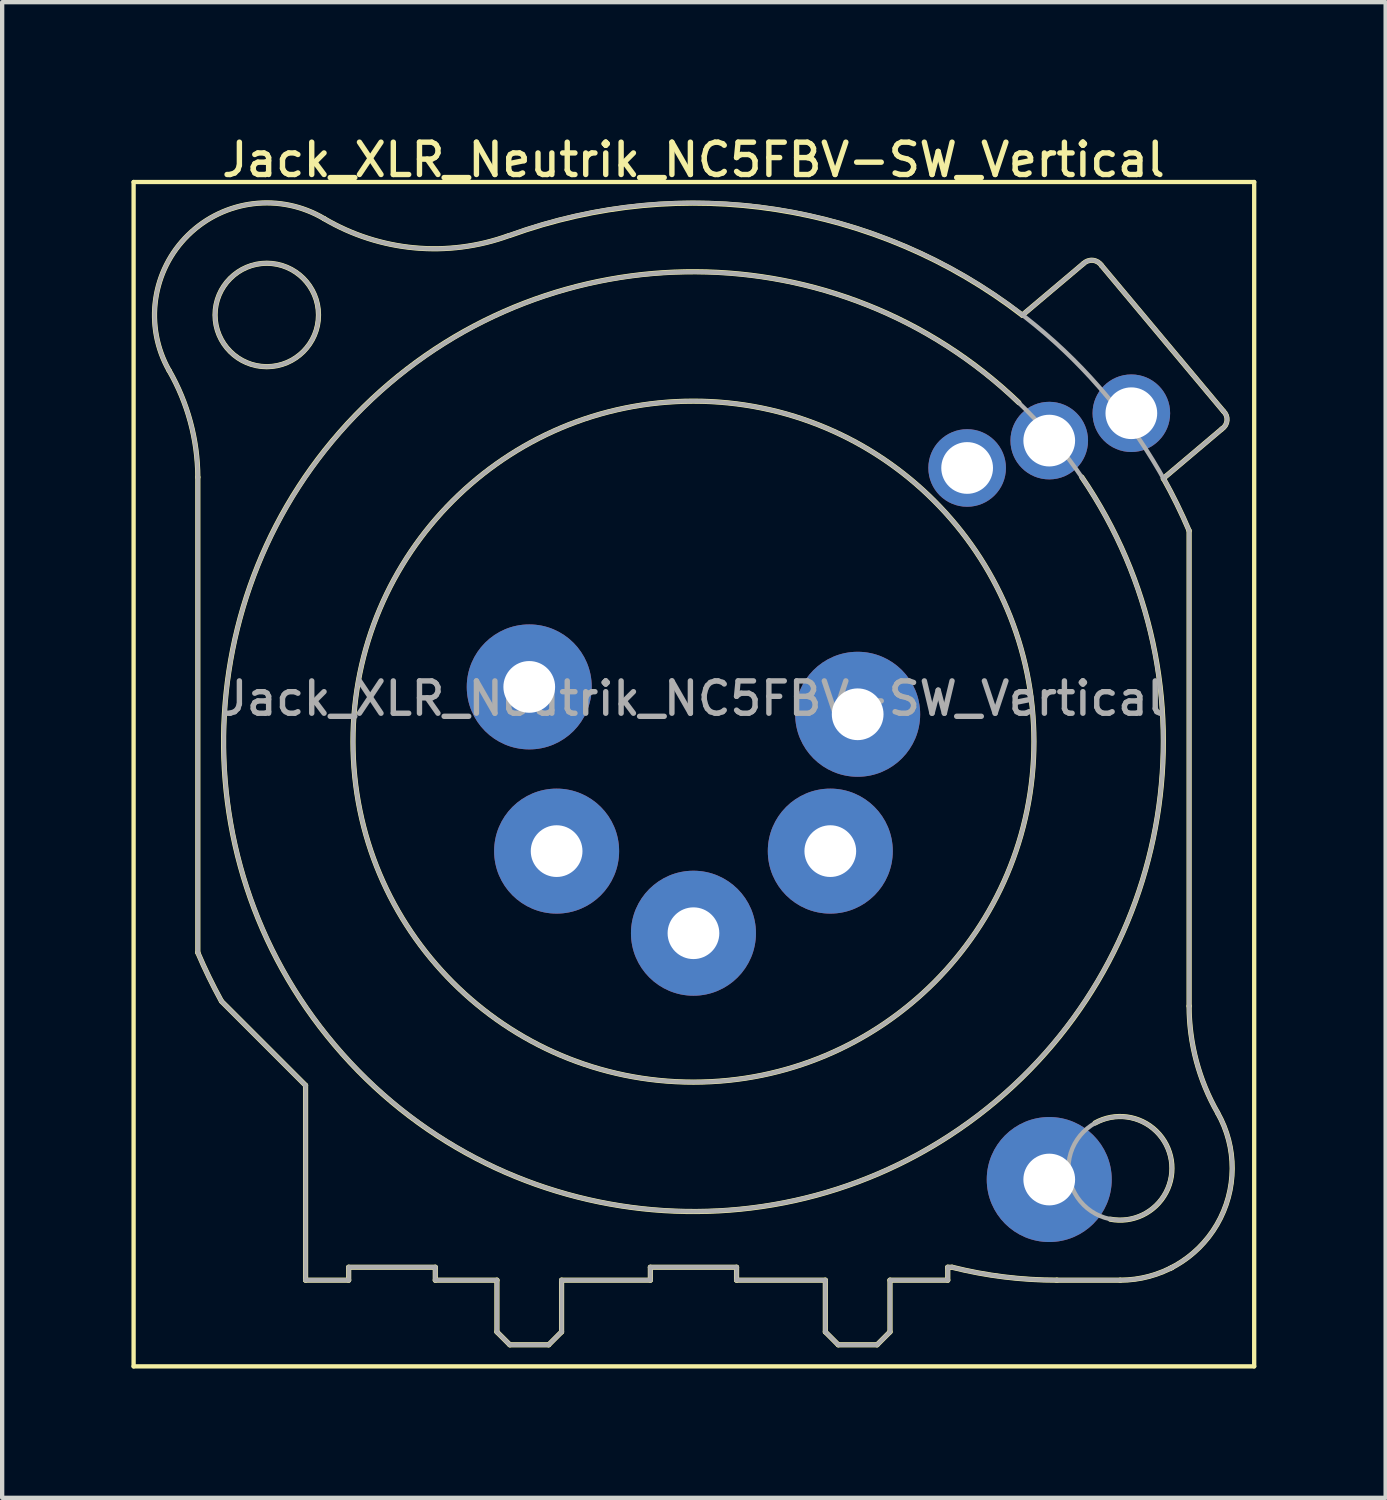
<source format=kicad_pcb>
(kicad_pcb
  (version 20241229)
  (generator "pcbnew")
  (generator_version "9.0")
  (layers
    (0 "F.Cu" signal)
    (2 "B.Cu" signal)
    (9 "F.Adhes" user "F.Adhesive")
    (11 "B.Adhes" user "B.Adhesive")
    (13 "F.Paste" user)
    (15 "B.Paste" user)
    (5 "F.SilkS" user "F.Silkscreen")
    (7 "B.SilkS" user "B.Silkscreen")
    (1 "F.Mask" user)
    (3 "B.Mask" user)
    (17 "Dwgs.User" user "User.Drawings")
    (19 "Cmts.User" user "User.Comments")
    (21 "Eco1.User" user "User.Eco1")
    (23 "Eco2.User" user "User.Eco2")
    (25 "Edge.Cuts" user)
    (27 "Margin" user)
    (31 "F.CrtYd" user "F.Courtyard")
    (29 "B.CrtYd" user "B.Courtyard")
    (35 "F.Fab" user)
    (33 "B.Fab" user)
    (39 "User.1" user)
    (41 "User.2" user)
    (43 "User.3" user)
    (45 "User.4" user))
  (footprint "Jack_XLR_Neutrik_NC5FBV-SW_Vertical"
    (layer "F.Cu")
    (at 16.85 13.523)
    (property "Reference" "Jack_XLR_Neutrik_NC5FBV-SW_Vertical" (at -3.81 -12.865 0) (layer "F.SilkS") (effects (font (size 0.75 0.75) (thickness 0.125))))
    (attr through_hole)
    (fp_line (start -16.8 -12.35) (end 9.2 -12.35) (stroke (width 0.1) (type solid)) (layer "F.SilkS"))
    (fp_line (start -16.8 15.13) (end -16.8 -12.35) (stroke (width 0.1) (type solid)) (layer "F.SilkS"))
    (fp_line (start -15.31 -5.5) (end -15.31 5.53) (stroke (width 0.12) (type solid)) (layer "F.SilkS"))
    (fp_line (start -14.76 6.66) (end -12.81 8.61) (stroke (width 0.12) (type solid)) (layer "F.SilkS"))
    (fp_line (start -12.81 8.61) (end -12.81 13.13) (stroke (width 0.12) (type solid)) (layer "F.SilkS"))
    (fp_line (start -11.81 12.83) (end -11.81 13.13) (stroke (width 0.12) (type solid)) (layer "F.SilkS"))
    (fp_line (start -11.81 13.13) (end -12.81 13.13) (stroke (width 0.12) (type solid)) (layer "F.SilkS"))
    (fp_line (start -9.8 12.83) (end -11.81 12.83) (stroke (width 0.12) (type solid)) (layer "F.SilkS"))
    (fp_line (start -9.8 12.83) (end -9.8 13.13) (stroke (width 0.12) (type solid)) (layer "F.SilkS"))
    (fp_line (start -8.37 13.13) (end -9.8 13.13) (stroke (width 0.12) (type solid)) (layer "F.SilkS"))
    (fp_line (start -8.37 13.13) (end -8.37 14.33) (stroke (width 0.12) (type solid)) (layer "F.SilkS"))
    (fp_line (start -8.37 14.33) (end -8.07 14.63) (stroke (width 0.12) (type solid)) (layer "F.SilkS"))
    (fp_line (start -8.07 14.63) (end -7.17 14.63) (stroke (width 0.12) (type solid)) (layer "F.SilkS"))
    (fp_line (start -6.87 13.13) (end -6.87 14.33) (stroke (width 0.12) (type solid)) (layer "F.SilkS"))
    (fp_line (start -6.87 14.33) (end -7.17 14.63) (stroke (width 0.12) (type solid)) (layer "F.SilkS"))
    (fp_line (start -4.81 12.83) (end -4.81 13.13) (stroke (width 0.12) (type solid)) (layer "F.SilkS"))
    (fp_line (start -4.81 12.83) (end -2.81 12.83) (stroke (width 0.12) (type solid)) (layer "F.SilkS"))
    (fp_line (start -4.81 13.13) (end -6.87 13.13) (stroke (width 0.12) (type solid)) (layer "F.SilkS"))
    (fp_line (start -2.81 12.83) (end -2.81 13.13) (stroke (width 0.12) (type solid)) (layer "F.SilkS"))
    (fp_line (start -0.75 13.13) (end -2.81 13.13) (stroke (width 0.12) (type solid)) (layer "F.SilkS"))
    (fp_line (start -0.75 13.13) (end -0.75 14.33) (stroke (width 0.12) (type solid)) (layer "F.SilkS"))
    (fp_line (start -0.75 14.33) (end -0.45 14.63) (stroke (width 0.12) (type solid)) (layer "F.SilkS"))
    (fp_line (start -0.45 14.63) (end 0.45 14.63) (stroke (width 0.12) (type solid)) (layer "F.SilkS"))
    (fp_line (start 0.75 13.13) (end 0.75 14.33) (stroke (width 0.12) (type solid)) (layer "F.SilkS"))
    (fp_line (start 0.75 14.33) (end 0.45 14.63) (stroke (width 0.12) (type solid)) (layer "F.SilkS"))
    (fp_line (start 2.09 12.83) (end 2.09 13.13) (stroke (width 0.12) (type solid)) (layer "F.SilkS"))
    (fp_line (start 2.09 12.83) (end 2.19 12.83) (stroke (width 0.12) (type solid)) (layer "F.SilkS"))
    (fp_line (start 2.09 13.13) (end 0.75 13.13) (stroke (width 0.12) (type solid)) (layer "F.SilkS"))
    (fp_line (start 3.82 -9.26) (end 5.23 -10.45) (stroke (width 0.12) (type solid)) (layer "F.SilkS"))
    (fp_line (start 6.09 13.13) (end 4.62 13.13) (stroke (width 0.12) (type solid)) (layer "F.SilkS"))
    (fp_line (start 7.69 6.77) (end 7.69 -4.26) (stroke (width 0.12) (type solid)) (layer "F.SilkS"))
    (fp_line (start 8.45 -6.62) (end 7.09 -5.47) (stroke (width 0.12) (type solid)) (layer "F.SilkS"))
    (fp_line (start 8.48 -7.04) (end 5.66 -10.41) (stroke (width 0.12) (type solid)) (layer "F.SilkS"))
    (fp_line (start 9.2 -12.35) (end 9.2 15.13) (stroke (width 0.1) (type solid)) (layer "F.SilkS"))
    (fp_line (start 9.2 15.13) (end -16.8 15.13) (stroke (width 0.1) (type solid)) (layer "F.SilkS"))
    (fp_arc (start -15.979585 -7.98114) (mid -15.531071 -11.122847) (end -12.38 -11.5) (stroke (width 0.12) (type solid)) (layer "F.SilkS"))
    (fp_arc (start -15.978065 -7.979621) (mid -15.482459 -6.783342) (end -15.31 -5.5) (stroke (width 0.12) (type solid)) (layer "F.SilkS"))
    (fp_arc (start -14.766969 6.647974) (mid -15.05239 6.095741) (end -15.31 5.53) (stroke (width 0.12) (type solid)) (layer "F.SilkS"))
    (fp_arc (start -8.091246 -11.107072) (mid -10.279718 -10.822246) (end -12.38 -11.5) (stroke (width 0.12) (type solid)) (layer "F.SilkS"))
    (fp_arc (start -8.076266 -11.109228) (mid -1.890733 -11.711835) (end 3.82 -9.26) (stroke (width 0.12) (type solid)) (layer "F.SilkS"))
    (fp_arc (start 4.626277 13.129743) (mid 3.398906 13.05491) (end 2.19 12.83) (stroke (width 0.12) (type solid)) (layer "F.SilkS"))
    (fp_arc (start 5.199539 -5.504132) (mid -12.134617 7.674992) (end 3.74 -7.23) (stroke (width 0.12) (type solid)) (layer "F.SilkS"))
    (fp_arc (start 5.235458 -10.453787) (mid 5.458172 -10.533142) (end 5.66 -10.41) (stroke (width 0.12) (type solid)) (layer "F.SilkS"))
    (fp_arc (start 5.507701 9.483226) (mid 7.277502 10.347546) (end 5.86 11.715) (stroke (width 0.12) (type solid)) (layer "F.SilkS"))
    (fp_arc (start 7.094079 -5.473362) (mid 7.408456 -4.874744) (end 7.69 -4.26) (stroke (width 0.12) (type solid)) (layer "F.SilkS"))
    (fp_arc (start 7.298541 12.835196) (mid 7.274335 12.847725) (end 7.25 12.86) (stroke (width 0.12) (type solid)) (layer "F.SilkS"))
    (fp_arc (start 8.350687 9.245751) (mid 8.337115 11.837852) (end 6.09 13.13) (stroke (width 0.12) (type solid)) (layer "F.SilkS"))
    (fp_arc (start 8.351797 9.24598) (mid 7.859562 8.051113) (end 7.69 6.77) (stroke (width 0.12) (type solid)) (layer "F.SilkS"))
    (fp_arc (start 8.486269 -7.03217) (mid 8.569764 -6.817142) (end 8.45 -6.62) (stroke (width 0.12) (type solid)) (layer "F.SilkS"))
    (fp_circle (center -13.71 -9.265) (end -12.51 -9.265) (stroke (width 0.12) (type solid)) (fill no) (layer "F.SilkS"))
    (fp_circle (center -3.81 0.635) (end 4.09 0.635) (stroke (width 0.12) (type solid)) (fill no) (layer "F.SilkS"))
    (fp_line (start -15.31 -5.5) (end -15.31 5.53) (stroke (width 0.1) (type solid)) (layer "F.Fab"))
    (fp_line (start -14.76 6.66) (end -12.81 8.61) (stroke (width 0.1) (type solid)) (layer "F.Fab"))
    (fp_line (start -12.81 8.61) (end -12.81 13.13) (stroke (width 0.1) (type solid)) (layer "F.Fab"))
    (fp_line (start -11.81 12.83) (end -11.81 13.13) (stroke (width 0.1) (type solid)) (layer "F.Fab"))
    (fp_line (start -11.81 13.13) (end -12.81 13.13) (stroke (width 0.1) (type solid)) (layer "F.Fab"))
    (fp_line (start -9.8 12.83) (end -11.81 12.83) (stroke (width 0.1) (type solid)) (layer "F.Fab"))
    (fp_line (start -9.8 12.83) (end -9.8 13.13) (stroke (width 0.1) (type solid)) (layer "F.Fab"))
    (fp_line (start -8.37 13.13) (end -9.8 13.13) (stroke (width 0.1) (type solid)) (layer "F.Fab"))
    (fp_line (start -8.37 13.13) (end -8.37 14.33) (stroke (width 0.1) (type solid)) (layer "F.Fab"))
    (fp_line (start -8.37 14.33) (end -8.07 14.63) (stroke (width 0.1) (type solid)) (layer "F.Fab"))
    (fp_line (start -8.07 14.63) (end -7.17 14.63) (stroke (width 0.1) (type solid)) (layer "F.Fab"))
    (fp_line (start -6.87 13.13) (end -6.87 14.33) (stroke (width 0.1) (type solid)) (layer "F.Fab"))
    (fp_line (start -6.87 14.33) (end -7.17 14.63) (stroke (width 0.1) (type solid)) (layer "F.Fab"))
    (fp_line (start -4.81 12.83) (end -4.81 13.13) (stroke (width 0.1) (type solid)) (layer "F.Fab"))
    (fp_line (start -4.81 12.83) (end -2.81 12.83) (stroke (width 0.1) (type solid)) (layer "F.Fab"))
    (fp_line (start -4.81 13.13) (end -6.87 13.13) (stroke (width 0.1) (type solid)) (layer "F.Fab"))
    (fp_line (start -2.81 12.83) (end -2.81 13.13) (stroke (width 0.1) (type solid)) (layer "F.Fab"))
    (fp_line (start -0.75 13.13) (end -2.81 13.13) (stroke (width 0.1) (type solid)) (layer "F.Fab"))
    (fp_line (start -0.75 13.13) (end -0.75 14.33) (stroke (width 0.1) (type solid)) (layer "F.Fab"))
    (fp_line (start -0.75 14.33) (end -0.45 14.63) (stroke (width 0.1) (type solid)) (layer "F.Fab"))
    (fp_line (start -0.45 14.63) (end 0.45 14.63) (stroke (width 0.1) (type solid)) (layer "F.Fab"))
    (fp_line (start 0.75 13.13) (end 0.75 14.33) (stroke (width 0.1) (type solid)) (layer "F.Fab"))
    (fp_line (start 0.75 14.33) (end 0.45 14.63) (stroke (width 0.1) (type solid)) (layer "F.Fab"))
    (fp_line (start 2.09 12.83) (end 2.09 13.13) (stroke (width 0.1) (type solid)) (layer "F.Fab"))
    (fp_line (start 2.09 12.83) (end 2.19 12.83) (stroke (width 0.1) (type solid)) (layer "F.Fab"))
    (fp_line (start 2.09 13.13) (end 0.75 13.13) (stroke (width 0.1) (type solid)) (layer "F.Fab"))
    (fp_line (start 3.82 -9.26) (end 5.23 -10.45) (stroke (width 0.1) (type solid)) (layer "F.Fab"))
    (fp_line (start 6.09 13.13) (end 4.62 13.13) (stroke (width 0.1) (type solid)) (layer "F.Fab"))
    (fp_line (start 7.69 6.77) (end 7.69 -4.26) (stroke (width 0.1) (type solid)) (layer "F.Fab"))
    (fp_line (start 8.45 -6.62) (end 7.09 -5.47) (stroke (width 0.1) (type solid)) (layer "F.Fab"))
    (fp_line (start 8.48 -7.04) (end 5.66 -10.41) (stroke (width 0.1) (type solid)) (layer "F.Fab"))
    (fp_arc (start -15.979585 -7.98114) (mid -15.531071 -11.122847) (end -12.38 -11.5) (stroke (width 0.1) (type solid)) (layer "F.Fab"))
    (fp_arc (start -15.978065 -7.979621) (mid -15.482459 -6.783342) (end -15.31 -5.5) (stroke (width 0.1) (type solid)) (layer "F.Fab"))
    (fp_arc (start -14.766969 6.647974) (mid -15.05239 6.095741) (end -15.31 5.53) (stroke (width 0.1) (type solid)) (layer "F.Fab"))
    (fp_arc (start -8.096428 -11.105424) (mid 1.16231 -10.831785) (end 7.69 -4.26) (stroke (width 0.1) (type solid)) (layer "F.Fab"))
    (fp_arc (start -8.091246 -11.107072) (mid -10.279718 -10.822246) (end -12.38 -11.5) (stroke (width 0.1) (type solid)) (layer "F.Fab"))
    (fp_arc (start 4.626277 13.129743) (mid 3.398906 13.05491) (end 2.19 12.83) (stroke (width 0.1) (type solid)) (layer "F.Fab"))
    (fp_arc (start 5.235458 -10.453787) (mid 5.458172 -10.533142) (end 5.66 -10.41) (stroke (width 0.1) (type solid)) (layer "F.Fab"))
    (fp_arc (start 7.298541 12.835196) (mid 7.274335 12.847725) (end 7.25 12.86) (stroke (width 0.1) (type solid)) (layer "F.Fab"))
    (fp_arc (start 8.350687 9.245751) (mid 8.337115 11.837852) (end 6.09 13.13) (stroke (width 0.1) (type solid)) (layer "F.Fab"))
    (fp_arc (start 8.351797 9.24598) (mid 7.859562 8.051113) (end 7.69 6.77) (stroke (width 0.1) (type solid)) (layer "F.Fab"))
    (fp_arc (start 8.486269 -7.03217) (mid 8.569764 -6.817142) (end 8.45 -6.62) (stroke (width 0.1) (type solid)) (layer "F.Fab"))
    (fp_circle (center -13.71 -9.265) (end -12.51 -9.265) (stroke (width 0.1) (type solid)) (fill no) (layer "F.Fab"))
    (fp_circle (center -3.81 0.635) (end 4.09 0.635) (stroke (width 0.1) (type solid)) (fill no) (layer "F.Fab"))
    (fp_circle (center -3.81 0.635) (end 7.09 0.635) (stroke (width 0.1) (type solid)) (fill no) (layer "F.Fab"))
    (fp_circle (center 6.09 10.535) (end 7.29 10.535) (stroke (width 0.1) (type solid)) (fill no) (layer "F.Fab"))
    (fp_text user "${REFERENCE}" (at -3.81 -0.365 0) (layer "F.Fab") (effects (font (size 0.75 0.75) (thickness 0.125))))
    (pad "1" thru_hole circle (at 0 0) (size 2.9 2.9) (drill 1.2) (layers "*.Cu" "*.Mask"))
    (pad "2" thru_hole circle (at -0.635 3.175) (size 2.9 2.9) (drill 1.2) (layers "*.Cu" "*.Mask"))
    (pad "3" thru_hole circle (at -3.81 5.08) (size 2.9 2.9) (drill 1.2) (layers "*.Cu" "*.Mask"))
    (pad "4" thru_hole circle (at -6.985 3.175) (size 2.9 2.9) (drill 1.2) (layers "*.Cu" "*.Mask"))
    (pad "5" thru_hole circle (at -7.62 -0.635) (size 2.9 2.9) (drill 1.2) (layers "*.Cu" "*.Mask"))
    (pad "G" thru_hole circle (at 4.445 10.795) (size 2.9 2.9) (drill 1.2) (layers "*.Cu" "*.Mask"))
    (pad "N" thru_hole circle (at 4.445 -6.35) (size 1.8 1.8) (drill 1.2) (layers "*.Cu" "*.Mask"))
    (pad "NC" thru_hole circle (at 2.54 -5.715) (size 1.8 1.8) (drill 1.2) (layers "*.Cu" "*.Mask"))
    (pad "NO" thru_hole circle (at 6.35 -6.985) (size 1.8 1.8) (drill 1.2) (layers "*.Cu" "*.Mask")))
  (gr_rect
    (start -3 -3)
    (end 29.1 31.703)
    (stroke (width 0.1) (type default))
    (fill no)
    (layer "Edge.Cuts")))
</source>
